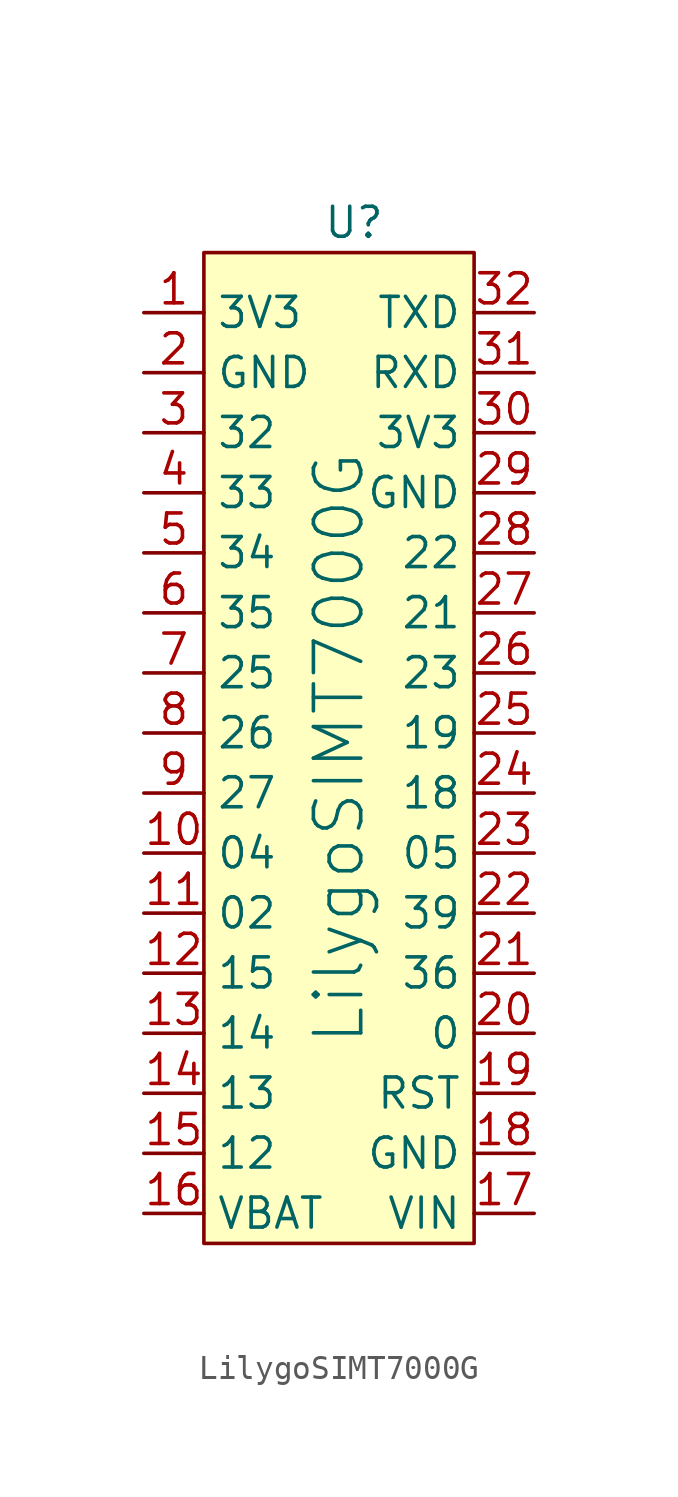
<source format=kicad_sym>
(kicad_symbol_lib
  (version 20211014)
  (generator kicad_symbol_editor)
  (symbol "LilygoSIMT7000G"
    (property "Reference" "U"
      (at 0 21.59 0)
      (effects (font (size 1.27 1.27))))
    (property "Value" "LilygoSIMT7000G"
      (at -0.635 -0.635 90)
      (effects (font (size 2 2))))
    (symbol "LilygoSIMT7000G_0_1"
      (rectangle (start -6.35 20.32) (end 5.08 -21.59) (stroke (width 0) (type default) (color 0 0 0 0)) (fill (type background))))
    (symbol "LilygoSIMT7000G_1_1"
      (pin input line (at -8.89 17.78 0) (length 2.54) (name "3V3" (effects (font (size 1.27 1.27)))) (number "1" (effects (font (size 1.27 1.27)))))
      (pin bidirectional line (at -8.89 -5.08 0) (length 2.54) (name "04" (effects (font (size 1.27 1.27)))) (number "10" (effects (font (size 1.27 1.27)))))
      (pin bidirectional line (at -8.89 -7.62 0) (length 2.54) (name "02" (effects (font (size 1.27 1.27)))) (number "11" (effects (font (size 1.27 1.27)))))
      (pin bidirectional line (at -8.89 -10.16 0) (length 2.54) (name "15" (effects (font (size 1.27 1.27)))) (number "12" (effects (font (size 1.27 1.27)))))
      (pin bidirectional line (at -8.89 -12.7 0) (length 2.54) (name "14" (effects (font (size 1.27 1.27)))) (number "13" (effects (font (size 1.27 1.27)))))
      (pin bidirectional line (at -8.89 -15.24 0) (length 2.54) (name "13" (effects (font (size 1.27 1.27)))) (number "14" (effects (font (size 1.27 1.27)))))
      (pin bidirectional line (at -8.89 -17.78 0) (length 2.54) (name "12" (effects (font (size 1.27 1.27)))) (number "15" (effects (font (size 1.27 1.27)))))
      (pin power_in line (at -8.89 -20.32 0) (length 2.54) (name "VBAT" (effects (font (size 1.27 1.27)))) (number "16" (effects (font (size 1.27 1.27)))))
      (pin power_in line (at 7.62 -20.32 180) (length 2.54) (name "VIN" (effects (font (size 1.27 1.27)))) (number "17" (effects (font (size 1.27 1.27)))))
      (pin power_in line (at 7.62 -17.78 180) (length 2.54) (name "GND" (effects (font (size 1.27 1.27)))) (number "18" (effects (font (size 1.27 1.27)))))
      (pin input line (at 7.62 -15.24 180) (length 2.54) (name "RST" (effects (font (size 1.27 1.27)))) (number "19" (effects (font (size 1.27 1.27)))))
      (pin power_in line (at -8.89 15.24 0) (length 2.54) (name "GND" (effects (font (size 1.27 1.27)))) (number "2" (effects (font (size 1.27 1.27)))))
      (pin bidirectional line (at 7.62 -12.7 180) (length 2.54) (name "0" (effects (font (size 1.27 1.27)))) (number "20" (effects (font (size 1.27 1.27)))))
      (pin bidirectional line (at 7.62 -10.16 180) (length 2.54) (name "36" (effects (font (size 1.27 1.27)))) (number "21" (effects (font (size 1.27 1.27)))))
      (pin bidirectional line (at 7.62 -7.62 180) (length 2.54) (name "39" (effects (font (size 1.27 1.27)))) (number "22" (effects (font (size 1.27 1.27)))))
      (pin bidirectional line (at 7.62 -5.08 180) (length 2.54) (name "05" (effects (font (size 1.27 1.27)))) (number "23" (effects (font (size 1.27 1.27)))))
      (pin bidirectional line (at 7.62 -2.54 180) (length 2.54) (name "18" (effects (font (size 1.27 1.27)))) (number "24" (effects (font (size 1.27 1.27)))))
      (pin bidirectional line (at 7.62 0 180) (length 2.54) (name "19" (effects (font (size 1.27 1.27)))) (number "25" (effects (font (size 1.27 1.27)))))
      (pin bidirectional line (at 7.62 2.54 180) (length 2.54) (name "23" (effects (font (size 1.27 1.27)))) (number "26" (effects (font (size 1.27 1.27)))))
      (pin bidirectional line (at 7.62 5.08 180) (length 2.54) (name "21" (effects (font (size 1.27 1.27)))) (number "27" (effects (font (size 1.27 1.27)))))
      (pin bidirectional line (at 7.62 7.62 180) (length 2.54) (name "22" (effects (font (size 1.27 1.27)))) (number "28" (effects (font (size 1.27 1.27)))))
      (pin power_in line (at 7.62 10.16 180) (length 2.54) (name "GND" (effects (font (size 1.27 1.27)))) (number "29" (effects (font (size 1.27 1.27)))))
      (pin bidirectional line (at -8.89 12.7 0) (length 2.54) (name "32" (effects (font (size 1.27 1.27)))) (number "3" (effects (font (size 1.27 1.27)))))
      (pin power_out line (at 7.62 12.7 180) (length 2.54) (name "3V3" (effects (font (size 1.27 1.27)))) (number "30" (effects (font (size 1.27 1.27)))))
      (pin input line (at 7.62 15.24 180) (length 2.54) (name "RXD" (effects (font (size 1.27 1.27)))) (number "31" (effects (font (size 1.27 1.27)))))
      (pin output line (at 7.62 17.78 180) (length 2.54) (name "TXD" (effects (font (size 1.27 1.27)))) (number "32" (effects (font (size 1.27 1.27)))))
      (pin bidirectional line (at -8.89 10.16 0) (length 2.54) (name "33" (effects (font (size 1.27 1.27)))) (number "4" (effects (font (size 1.27 1.27)))))
      (pin bidirectional line (at -8.89 7.62 0) (length 2.54) (name "34" (effects (font (size 1.27 1.27)))) (number "5" (effects (font (size 1.27 1.27)))))
      (pin bidirectional line (at -8.89 5.08 0) (length 2.54) (name "35" (effects (font (size 1.27 1.27)))) (number "6" (effects (font (size 1.27 1.27)))))
      (pin bidirectional line (at -8.89 2.54 0) (length 2.54) (name "25" (effects (font (size 1.27 1.27)))) (number "7" (effects (font (size 1.27 1.27)))))
      (pin bidirectional line (at -8.89 0 0) (length 2.54) (name "26" (effects (font (size 1.27 1.27)))) (number "8" (effects (font (size 1.27 1.27)))))
      (pin bidirectional line (at -8.89 -2.54 0) (length 2.54) (name "27" (effects (font (size 1.27 1.27)))) (number "9" (effects (font (size 1.27 1.27))))))))
</source>
